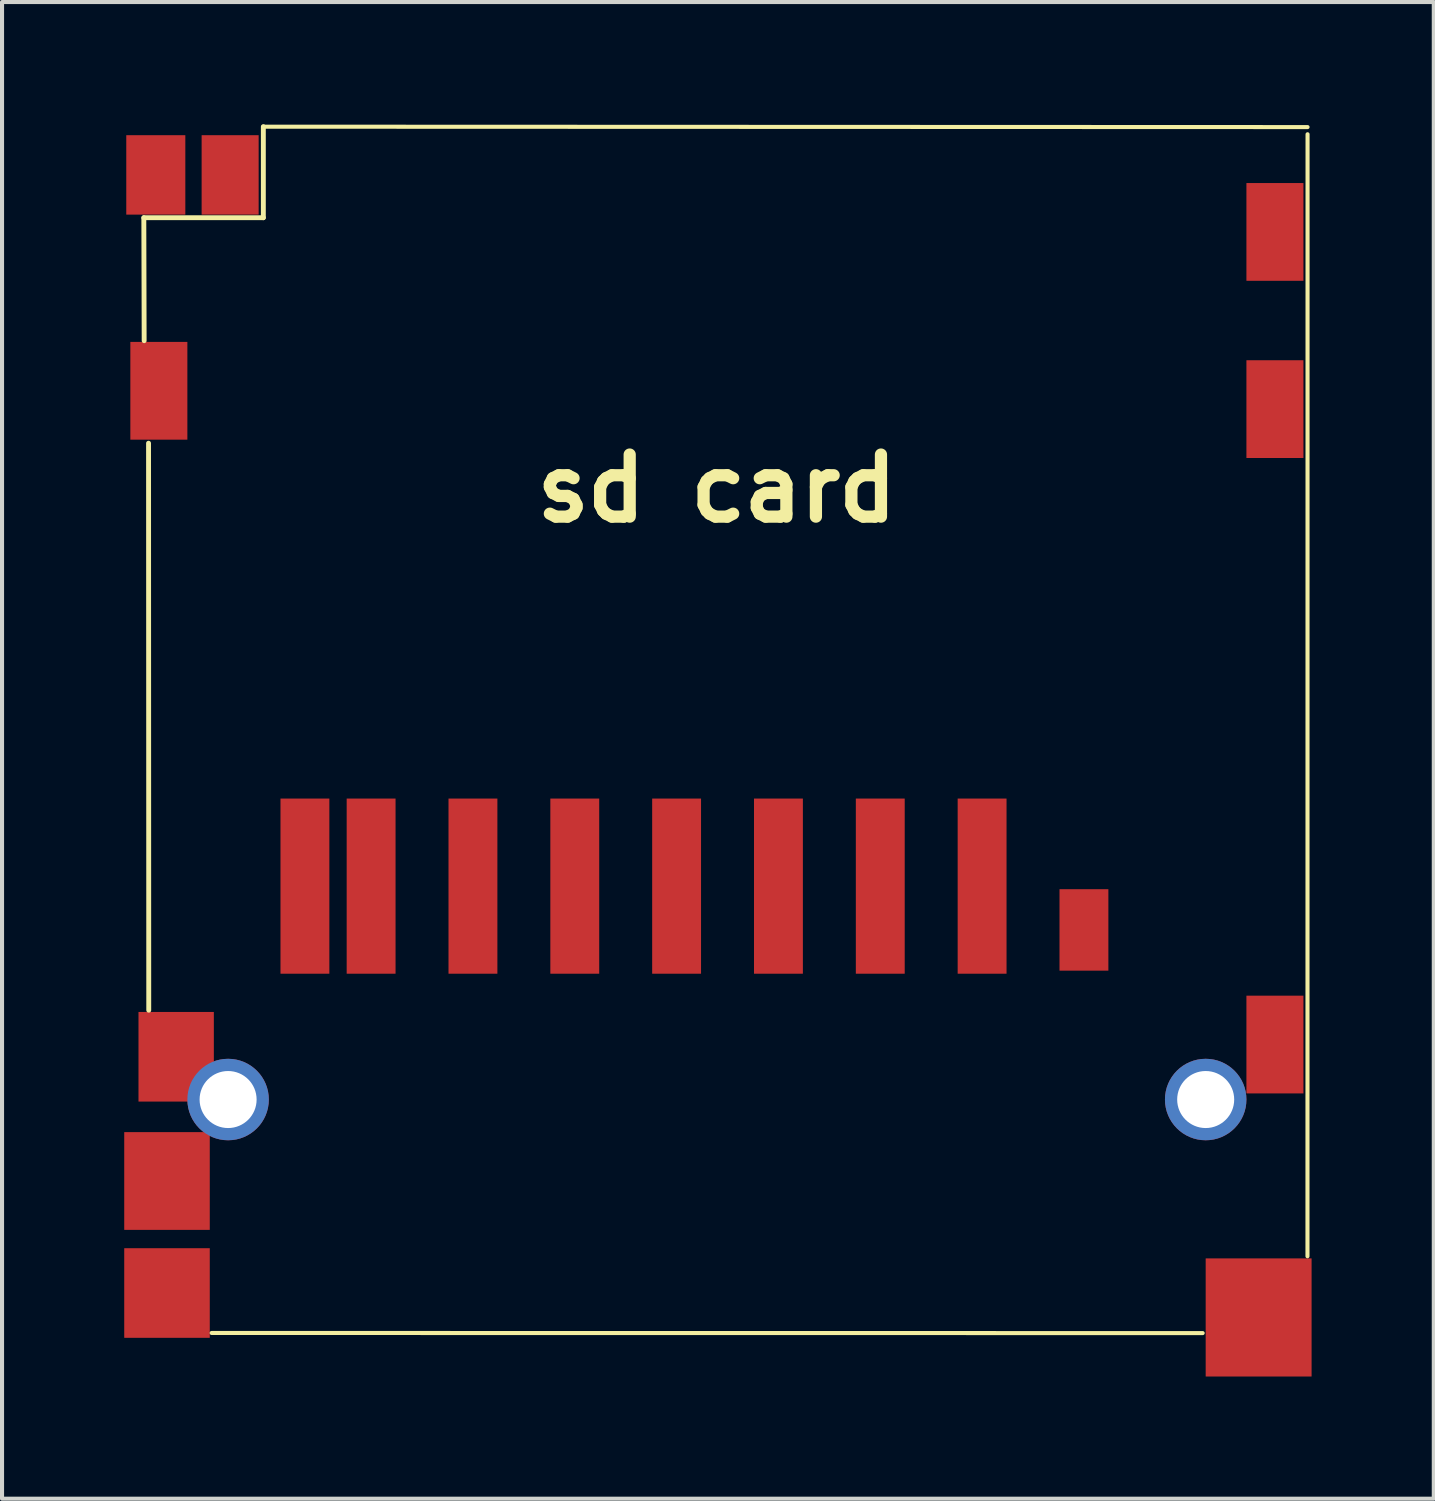
<source format=kicad_pcb>
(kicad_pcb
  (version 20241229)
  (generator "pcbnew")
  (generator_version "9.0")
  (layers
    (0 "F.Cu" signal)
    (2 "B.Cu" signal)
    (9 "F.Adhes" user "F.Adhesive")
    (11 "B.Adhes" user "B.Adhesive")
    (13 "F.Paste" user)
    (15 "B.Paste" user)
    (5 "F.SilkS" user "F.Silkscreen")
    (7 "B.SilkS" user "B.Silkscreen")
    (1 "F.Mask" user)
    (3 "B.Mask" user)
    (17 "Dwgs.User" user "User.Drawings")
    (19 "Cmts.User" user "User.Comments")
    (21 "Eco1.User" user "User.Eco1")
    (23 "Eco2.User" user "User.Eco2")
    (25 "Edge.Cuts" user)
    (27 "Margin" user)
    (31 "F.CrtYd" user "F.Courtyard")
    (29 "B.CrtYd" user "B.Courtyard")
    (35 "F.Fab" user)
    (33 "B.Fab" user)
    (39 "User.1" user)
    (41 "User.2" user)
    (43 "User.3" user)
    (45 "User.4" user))
  (footprint "sd card"
    (layer "F.Cu")
    (at 14.55 23.944)
    (property "Reference" "sd card" (at 0 -15 0) (layer "F.SilkS") (effects (font (size 1.524 1.524) (thickness 0.3))))
    (attr board_only exclude_from_pos_files exclude_from_bom)
    (fp_line (start -14.069 -21.649) (end -11.135 -21.649) (stroke (width 0.12) (type solid)) (layer "F.SilkS"))
    (fp_line (start -14.061 -18.63) (end -14.069 -21.649) (stroke (width 0.12) (type solid)) (layer "F.SilkS"))
    (fp_line (start -13.948 -2.193) (end -13.953 -16.113) (stroke (width 0.12) (type solid)) (layer "F.SilkS"))
    (fp_line (start -11.135 -23.884) (end 14.501 -23.874) (stroke (width 0.1) (type solid)) (layer "F.SilkS"))
    (fp_line (start -11.135 -21.649) (end -11.135 -23.884) (stroke (width 0.12) (type solid)) (layer "F.SilkS"))
    (fp_line (start 11.926 5.734) (end -12.404 5.731) (stroke (width 0.1) (type solid)) (layer "F.SilkS"))
    (fp_line (start 14.501 -23.698) (end 14.499 3.848) (stroke (width 0.1) (type solid)) (layer "F.SilkS"))
    (fp_poly (pts (xy 1.694 -5.465) (xy 1.785 -5.304) (xy 1.811 -5.109) (xy 1.77 -4.893) (xy 1.694 -4.824) (xy 1.613 -4.926) (xy 1.578 -5.171) (xy 1.578 -5.181) (xy 1.609 -5.414) (xy 1.69 -5.467)) (stroke (width 0.1) (type solid)) (fill no) (layer "Eco2.User"))
    (fp_poly (pts (xy 4.124 -5.329) (xy 4.158 -5.103) (xy 4.158 -5.09) (xy 4.125 -4.842) (xy 4.045 -4.734) (xy 4.042 -4.734) (xy 3.954 -4.833) (xy 3.925 -5.018) (xy 3.968 -5.265) (xy 4.042 -5.375)) (stroke (width 0.1) (type solid)) (fill no) (layer "Eco2.User"))
    (fp_poly (pts (xy -8.244 -5.422) (xy -8.209 -5.178) (xy -8.209 -5.174) (xy -8.243 -4.928) (xy -8.324 -4.824) (xy -8.326 -4.824) (xy -8.408 -4.925) (xy -8.442 -5.169) (xy -8.442 -5.174) (xy -8.409 -5.419) (xy -8.327 -5.523) (xy -8.326 -5.523)) (stroke (width 0.1) (type solid)) (fill no) (layer "Eco2.User"))
    (pad "" np_thru_hole circle (at -12 0) (size 2 2) (drill 1.4) (layers "*.Cu" "*.Mask"))
    (pad "" np_thru_hole circle (at 12 0) (size 2 2) (drill 1.4) (layers "*.Cu" "*.Mask"))
    (pad "1" smd rect (at 6.511 -5.239) (size 1.2 4.3) (layers "F.Cu" "F.Mask" "F.Paste"))
    (pad "2" smd rect (at 4.011 -5.239) (size 1.2 4.3) (layers "F.Cu" "F.Mask" "F.Paste"))
    (pad "3" smd rect (at 1.511 -5.239) (size 1.2 4.3) (layers "F.Cu" "F.Mask" "F.Paste"))
    (pad "4" smd rect (at -0.989 -5.239) (size 1.2 4.3) (layers "F.Cu" "F.Mask" "F.Paste"))
    (pad "5" smd rect (at -3.489 -5.239) (size 1.2 4.3) (layers "F.Cu" "F.Mask" "F.Paste"))
    (pad "6" smd rect (at -5.989 -5.239) (size 1.2 4.3) (layers "F.Cu" "F.Mask" "F.Paste"))
    (pad "6" smd rect (at 9.011 -4.164) (size 1.2 2) (layers "F.Cu" "F.Mask" "F.Paste"))
    (pad "7" smd rect (at -8.489 -5.239) (size 1.2 4.3) (layers "F.Cu" "F.Mask" "F.Paste"))
    (pad "8" smd rect (at -10.114 -5.239) (size 1.2 4.3) (layers "F.Cu" "F.Mask" "F.Paste"))
    (pad "10" smd rect (at -13.775 -22.7) (size 1.45 1.95) (layers "F.Cu" "F.Mask" "F.Paste"))
    (pad "11" smd rect (at -13.5 4.75) (size 2.1 2.2) (layers "F.Cu" "F.Mask" "F.Paste"))
    (pad "13" smd rect (at -13.7 -17.4) (size 1.4 2.4) (layers "F.Cu" "F.Mask" "F.Paste"))
    (pad "13" smd rect (at -13.5 2) (size 2.1 2.4) (layers "F.Cu" "F.Mask" "F.Paste"))
    (pad "13" smd rect (at -13.275 -1.05) (size 1.85 2.2) (layers "F.Cu" "F.Mask" "F.Paste"))
    (pad "13" smd rect (at -11.95 -22.7) (size 1.4 1.95) (layers "F.Cu" "F.Mask" "F.Paste"))
    (pad "13" smd rect (at 13.3 5.35) (size 2.6 2.9) (layers "F.Cu" "F.Mask" "F.Paste"))
    (pad "13" smd rect (at 13.7 -21.3) (size 1.4 2.4) (layers "F.Cu" "F.Mask" "F.Paste"))
    (pad "13" smd rect (at 13.7 -16.95) (size 1.4 2.4) (layers "F.Cu" "F.Mask" "F.Paste"))
    (pad "13" smd rect (at 13.7 -1.35) (size 1.4 2.4) (layers "F.Cu" "F.Mask" "F.Paste")))
  (gr_rect
    (start -3 -3)
    (end 32.15 33.744)
    (stroke (width 0.1) (type default))
    (fill no)
    (layer "Edge.Cuts")))
</source>
